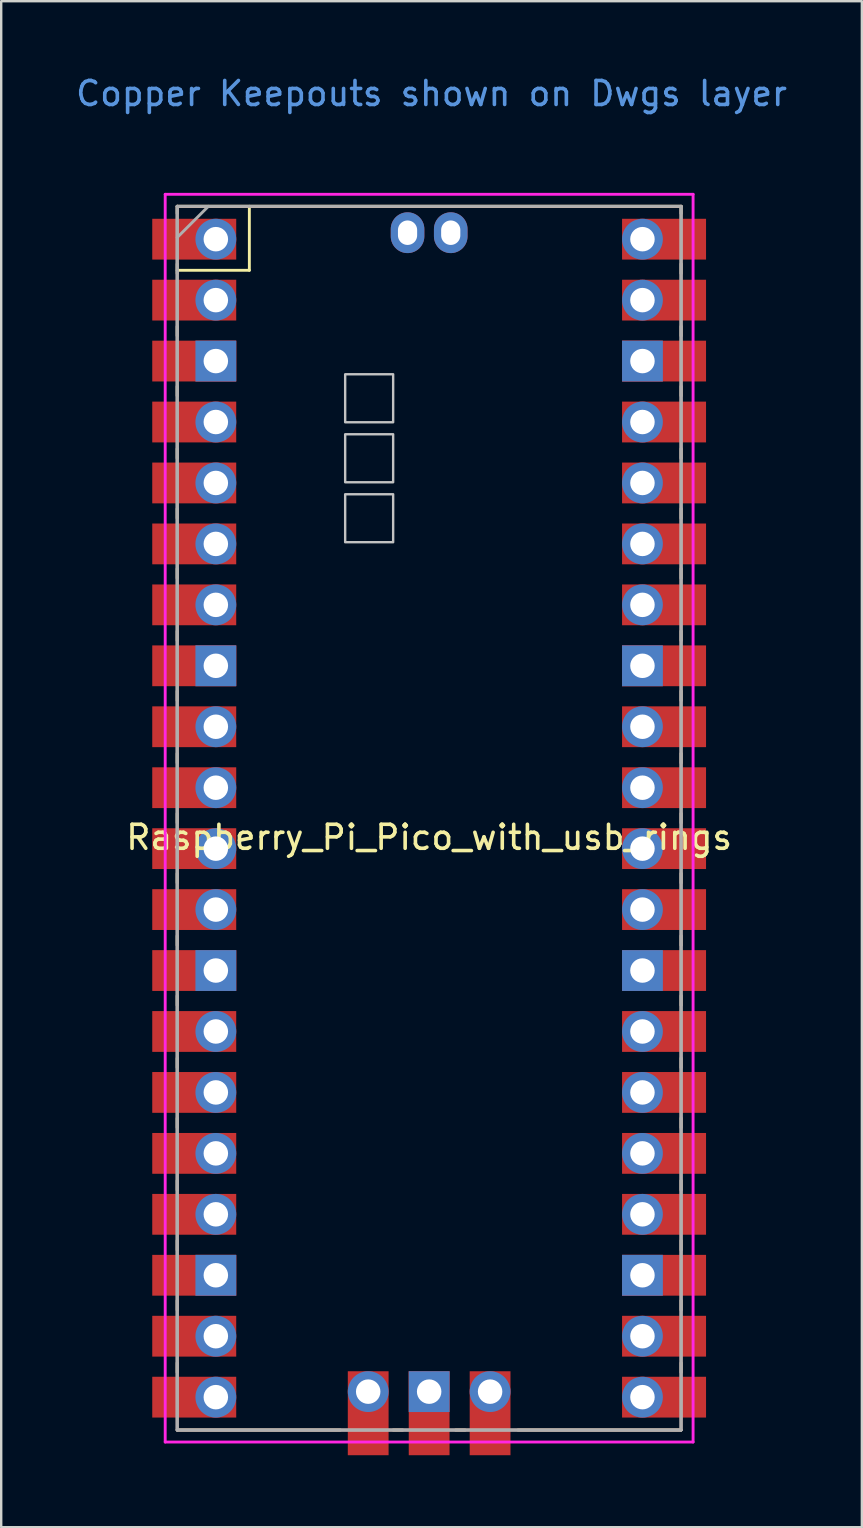
<source format=kicad_pcb>
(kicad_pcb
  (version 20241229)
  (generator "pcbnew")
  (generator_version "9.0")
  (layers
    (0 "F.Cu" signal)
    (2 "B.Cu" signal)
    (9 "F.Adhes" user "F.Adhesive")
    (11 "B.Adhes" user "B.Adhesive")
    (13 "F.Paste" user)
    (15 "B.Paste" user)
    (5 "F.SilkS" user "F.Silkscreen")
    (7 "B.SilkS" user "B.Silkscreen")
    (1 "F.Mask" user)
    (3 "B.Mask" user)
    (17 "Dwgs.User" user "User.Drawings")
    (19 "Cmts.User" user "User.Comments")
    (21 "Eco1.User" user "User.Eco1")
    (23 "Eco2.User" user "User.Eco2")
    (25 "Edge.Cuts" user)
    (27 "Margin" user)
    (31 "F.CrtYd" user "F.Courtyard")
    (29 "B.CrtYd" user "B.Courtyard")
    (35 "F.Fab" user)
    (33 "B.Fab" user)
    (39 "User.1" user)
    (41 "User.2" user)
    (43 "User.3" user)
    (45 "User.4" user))
  (footprint "Raspberry_Pi_Pico_with_usb_rings"
    (layer "F.Cu")
    (at 14.835 31.848)
    (property "Reference" "Raspberry_Pi_Pico_with_usb_rings" (at 0 0 0) (layer "F.SilkS") (effects (font (size 1 1) (thickness 0.15))))
    (attr through_hole)
    (fp_line (start -10.5 -26.3) (end -10.5 -26) (stroke (width 0.12) (type solid)) (layer "F.SilkS"))
    (fp_line (start -10.5 -26.3) (end 10.5 -26.3) (stroke (width 0.12) (type solid)) (layer "F.SilkS"))
    (fp_line (start -10.5 -23.9) (end -10.5 -23.5) (stroke (width 0.12) (type solid)) (layer "F.SilkS"))
    (fp_line (start -10.5 -23.633) (end -7.493 -23.633) (stroke (width 0.12) (type solid)) (layer "F.SilkS"))
    (fp_line (start -10.5 -21.3) (end -10.5 -20.9) (stroke (width 0.12) (type solid)) (layer "F.SilkS"))
    (fp_line (start -10.5 -18.8) (end -10.5 -18.4) (stroke (width 0.12) (type solid)) (layer "F.SilkS"))
    (fp_line (start -10.5 -16.2) (end -10.5 -15.8) (stroke (width 0.12) (type solid)) (layer "F.SilkS"))
    (fp_line (start -10.5 -13.7) (end -10.5 -13.3) (stroke (width 0.12) (type solid)) (layer "F.SilkS"))
    (fp_line (start -10.5 -11.2) (end -10.5 -10.8) (stroke (width 0.12) (type solid)) (layer "F.SilkS"))
    (fp_line (start -10.5 -8.6) (end -10.5 -8.2) (stroke (width 0.12) (type solid)) (layer "F.SilkS"))
    (fp_line (start -10.5 -6.1) (end -10.5 -5.7) (stroke (width 0.12) (type solid)) (layer "F.SilkS"))
    (fp_line (start -10.5 -3.5) (end -10.5 -3.1) (stroke (width 0.12) (type solid)) (layer "F.SilkS"))
    (fp_line (start -10.5 -1) (end -10.5 -0.6) (stroke (width 0.12) (type solid)) (layer "F.SilkS"))
    (fp_line (start -10.5 1.5) (end -10.5 1.9) (stroke (width 0.12) (type solid)) (layer "F.SilkS"))
    (fp_line (start -10.5 4.1) (end -10.5 4.5) (stroke (width 0.12) (type solid)) (layer "F.SilkS"))
    (fp_line (start -10.5 6.6) (end -10.5 7) (stroke (width 0.12) (type solid)) (layer "F.SilkS"))
    (fp_line (start -10.5 9.2) (end -10.5 9.6) (stroke (width 0.12) (type solid)) (layer "F.SilkS"))
    (fp_line (start -10.5 11.7) (end -10.5 12.1) (stroke (width 0.12) (type solid)) (layer "F.SilkS"))
    (fp_line (start -10.5 14.3) (end -10.5 14.7) (stroke (width 0.12) (type solid)) (layer "F.SilkS"))
    (fp_line (start -10.5 16.8) (end -10.5 17.2) (stroke (width 0.12) (type solid)) (layer "F.SilkS"))
    (fp_line (start -10.5 19.3) (end -10.5 19.7) (stroke (width 0.12) (type solid)) (layer "F.SilkS"))
    (fp_line (start -10.5 21.9) (end -10.5 22.3) (stroke (width 0.12) (type solid)) (layer "F.SilkS"))
    (fp_line (start -7.493 -23.633) (end -7.493 -26.3) (stroke (width 0.12) (type solid)) (layer "F.SilkS"))
    (fp_line (start -3.7 24.7) (end -10.5 24.7) (stroke (width 0.12) (type solid)) (layer "F.SilkS"))
    (fp_line (start -1.5 24.7) (end -1.1 24.7) (stroke (width 0.12) (type solid)) (layer "F.SilkS"))
    (fp_line (start 1.1 24.7) (end 1.5 24.7) (stroke (width 0.12) (type solid)) (layer "F.SilkS"))
    (fp_line (start 10.5 -26.3) (end 10.5 -26) (stroke (width 0.12) (type solid)) (layer "F.SilkS"))
    (fp_line (start 10.5 -23.9) (end 10.5 -23.5) (stroke (width 0.12) (type solid)) (layer "F.SilkS"))
    (fp_line (start 10.5 -21.3) (end 10.5 -20.9) (stroke (width 0.12) (type solid)) (layer "F.SilkS"))
    (fp_line (start 10.5 -18.8) (end 10.5 -18.4) (stroke (width 0.12) (type solid)) (layer "F.SilkS"))
    (fp_line (start 10.5 -16.2) (end 10.5 -15.8) (stroke (width 0.12) (type solid)) (layer "F.SilkS"))
    (fp_line (start 10.5 -13.7) (end 10.5 -13.3) (stroke (width 0.12) (type solid)) (layer "F.SilkS"))
    (fp_line (start 10.5 -11.2) (end 10.5 -10.8) (stroke (width 0.12) (type solid)) (layer "F.SilkS"))
    (fp_line (start 10.5 -8.6) (end 10.5 -8.2) (stroke (width 0.12) (type solid)) (layer "F.SilkS"))
    (fp_line (start 10.5 -6.1) (end 10.5 -5.7) (stroke (width 0.12) (type solid)) (layer "F.SilkS"))
    (fp_line (start 10.5 -3.5) (end 10.5 -3.1) (stroke (width 0.12) (type solid)) (layer "F.SilkS"))
    (fp_line (start 10.5 -1) (end 10.5 -0.6) (stroke (width 0.12) (type solid)) (layer "F.SilkS"))
    (fp_line (start 10.5 1.5) (end 10.5 1.9) (stroke (width 0.12) (type solid)) (layer "F.SilkS"))
    (fp_line (start 10.5 4.1) (end 10.5 4.5) (stroke (width 0.12) (type solid)) (layer "F.SilkS"))
    (fp_line (start 10.5 6.6) (end 10.5 7) (stroke (width 0.12) (type solid)) (layer "F.SilkS"))
    (fp_line (start 10.5 9.2) (end 10.5 9.6) (stroke (width 0.12) (type solid)) (layer "F.SilkS"))
    (fp_line (start 10.5 11.7) (end 10.5 12.1) (stroke (width 0.12) (type solid)) (layer "F.SilkS"))
    (fp_line (start 10.5 14.3) (end 10.5 14.7) (stroke (width 0.12) (type solid)) (layer "F.SilkS"))
    (fp_line (start 10.5 16.8) (end 10.5 17.2) (stroke (width 0.12) (type solid)) (layer "F.SilkS"))
    (fp_line (start 10.5 19.3) (end 10.5 19.7) (stroke (width 0.12) (type solid)) (layer "F.SilkS"))
    (fp_line (start 10.5 21.9) (end 10.5 22.3) (stroke (width 0.12) (type solid)) (layer "F.SilkS"))
    (fp_line (start 10.5 24.7) (end 3.7 24.7) (stroke (width 0.12) (type solid)) (layer "F.SilkS"))
    (fp_line (start -10.5 -26.3) (end 10.5 -26.3) (stroke (width 0.12) (type solid)) (layer "B.SilkS"))
    (fp_line (start -10.5 24.7) (end -10.5 -26.3) (stroke (width 0.12) (type solid)) (layer "B.SilkS"))
    (fp_line (start 10.5 -26.3) (end 10.5 24.7) (stroke (width 0.12) (type solid)) (layer "B.SilkS"))
    (fp_line (start 10.5 24.7) (end -10.5 24.7) (stroke (width 0.12) (type solid)) (layer "B.SilkS"))
    (fp_poly (pts (xy -1.5 -17.3) (xy -3.5 -17.3) (xy -3.5 -19.3) (xy -1.5 -19.3)) (stroke (width 0.1) (type solid)) (fill no) (layer "Dwgs.User"))
    (fp_poly (pts (xy -1.5 -14.8) (xy -3.5 -14.8) (xy -3.5 -16.8) (xy -1.5 -16.8)) (stroke (width 0.1) (type solid)) (fill no) (layer "Dwgs.User"))
    (fp_poly (pts (xy -1.5 -12.3) (xy -3.5 -12.3) (xy -3.5 -14.3) (xy -1.5 -14.3)) (stroke (width 0.1) (type solid)) (fill no) (layer "Dwgs.User"))
    (fp_line (start -11 -26.8) (end 11 -26.8) (stroke (width 0.12) (type solid)) (layer "F.CrtYd"))
    (fp_line (start -11 25.2) (end -11 -26.8) (stroke (width 0.12) (type solid)) (layer "F.CrtYd"))
    (fp_line (start 11 -26.8) (end 11 25.2) (stroke (width 0.12) (type solid)) (layer "F.CrtYd"))
    (fp_line (start 11 25.2) (end -11 25.2) (stroke (width 0.12) (type solid)) (layer "F.CrtYd"))
    (fp_line (start -10.5 -26.3) (end 10.5 -26.3) (stroke (width 0.12) (type solid)) (layer "F.Fab"))
    (fp_line (start -10.5 -25) (end -9.2 -26.3) (stroke (width 0.12) (type solid)) (layer "F.Fab"))
    (fp_line (start -10.5 24.7) (end -10.5 -26.3) (stroke (width 0.12) (type solid)) (layer "F.Fab"))
    (fp_line (start -10.5 24.7) (end -10.5 -26.3) (stroke (width 0.12) (type solid)) (layer "F.Fab"))
    (fp_line (start 10.5 -26.3) (end 10.5 24.7) (stroke (width 0.12) (type solid)) (layer "F.Fab"))
    (fp_line (start 10.5 -26.3) (end 10.5 24.7) (stroke (width 0.12) (type solid)) (layer "F.Fab"))
    (fp_line (start 10.5 24.7) (end -10.5 24.7) (stroke (width 0.12) (type solid)) (layer "F.Fab"))
    (fp_line (start 10.5 24.7) (end -10.5 24.7) (stroke (width 0.12) (type solid)) (layer "F.Fab"))
    (fp_text user "Copper Keepouts shown on Dwgs layer" (at 0.1 -31 0) (layer "Cmts.User") (effects (font (size 1 1) (thickness 0.15))))
    (pad "1" thru_hole oval (at -8.89 -24.93) (size 1.7 1.7) (drill 1.02) (layers "*.Cu" "*.Mask"))
    (pad "1" smd rect (at -8.89 -24.93) (size 3.5 1.7) (drill (offset -0.9 0)) (layers "F.Cu" "F.Mask"))
    (pad "2" thru_hole oval (at -8.89 -22.39) (size 1.7 1.7) (drill 1.02) (layers "*.Cu" "*.Mask"))
    (pad "2" smd rect (at -8.89 -22.39) (size 3.5 1.7) (drill (offset -0.9 0)) (layers "F.Cu" "F.Mask"))
    (pad "3" thru_hole rect (at -8.89 -19.85) (size 1.7 1.7) (drill 1.02) (layers "*.Cu" "*.Mask"))
    (pad "3" smd rect (at -8.89 -19.85) (size 3.5 1.7) (drill (offset -0.9 0)) (layers "F.Cu" "F.Mask"))
    (pad "4" thru_hole oval (at -8.89 -17.31) (size 1.7 1.7) (drill 1.02) (layers "*.Cu" "*.Mask"))
    (pad "4" smd rect (at -8.89 -17.31) (size 3.5 1.7) (drill (offset -0.9 0)) (layers "F.Cu" "F.Mask"))
    (pad "5" thru_hole oval (at -8.89 -14.77) (size 1.7 1.7) (drill 1.02) (layers "*.Cu" "*.Mask"))
    (pad "5" smd rect (at -8.89 -14.77) (size 3.5 1.7) (drill (offset -0.9 0)) (layers "F.Cu" "F.Mask"))
    (pad "6" thru_hole oval (at -8.89 -12.23) (size 1.7 1.7) (drill 1.02) (layers "*.Cu" "*.Mask"))
    (pad "6" smd rect (at -8.89 -12.23) (size 3.5 1.7) (drill (offset -0.9 0)) (layers "F.Cu" "F.Mask"))
    (pad "7" thru_hole oval (at -8.89 -9.69) (size 1.7 1.7) (drill 1.02) (layers "*.Cu" "*.Mask"))
    (pad "7" smd rect (at -8.89 -9.69) (size 3.5 1.7) (drill (offset -0.9 0)) (layers "F.Cu" "F.Mask"))
    (pad "8" thru_hole rect (at -8.89 -7.15) (size 1.7 1.7) (drill 1.02) (layers "*.Cu" "*.Mask"))
    (pad "8" smd rect (at -8.89 -7.15) (size 3.5 1.7) (drill (offset -0.9 0)) (layers "F.Cu" "F.Mask"))
    (pad "9" thru_hole oval (at -8.89 -4.61) (size 1.7 1.7) (drill 1.02) (layers "*.Cu" "*.Mask"))
    (pad "9" smd rect (at -8.89 -4.61) (size 3.5 1.7) (drill (offset -0.9 0)) (layers "F.Cu" "F.Mask"))
    (pad "10" thru_hole oval (at -8.89 -2.07) (size 1.7 1.7) (drill 1.02) (layers "*.Cu" "*.Mask"))
    (pad "10" smd rect (at -8.89 -2.07) (size 3.5 1.7) (drill (offset -0.9 0)) (layers "F.Cu" "F.Mask"))
    (pad "11" thru_hole oval (at -8.89 0.47) (size 1.7 1.7) (drill 1.02) (layers "*.Cu" "*.Mask"))
    (pad "11" smd rect (at -8.89 0.47) (size 3.5 1.7) (drill (offset -0.9 0)) (layers "F.Cu" "F.Mask"))
    (pad "12" thru_hole oval (at -8.89 3.01) (size 1.7 1.7) (drill 1.02) (layers "*.Cu" "*.Mask"))
    (pad "12" smd rect (at -8.89 3.01) (size 3.5 1.7) (drill (offset -0.9 0)) (layers "F.Cu" "F.Mask"))
    (pad "13" thru_hole rect (at -8.89 5.55) (size 1.7 1.7) (drill 1.02) (layers "*.Cu" "*.Mask"))
    (pad "13" smd rect (at -8.89 5.55) (size 3.5 1.7) (drill (offset -0.9 0)) (layers "F.Cu" "F.Mask"))
    (pad "14" thru_hole oval (at -8.89 8.09) (size 1.7 1.7) (drill 1.02) (layers "*.Cu" "*.Mask"))
    (pad "14" smd rect (at -8.89 8.09) (size 3.5 1.7) (drill (offset -0.9 0)) (layers "F.Cu" "F.Mask"))
    (pad "15" thru_hole oval (at -8.89 10.63) (size 1.7 1.7) (drill 1.02) (layers "*.Cu" "*.Mask"))
    (pad "15" smd rect (at -8.89 10.63) (size 3.5 1.7) (drill (offset -0.9 0)) (layers "F.Cu" "F.Mask"))
    (pad "16" thru_hole oval (at -8.89 13.17) (size 1.7 1.7) (drill 1.02) (layers "*.Cu" "*.Mask"))
    (pad "16" smd rect (at -8.89 13.17) (size 3.5 1.7) (drill (offset -0.9 0)) (layers "F.Cu" "F.Mask"))
    (pad "17" thru_hole oval (at -8.89 15.71) (size 1.7 1.7) (drill 1.02) (layers "*.Cu" "*.Mask"))
    (pad "17" smd rect (at -8.89 15.71) (size 3.5 1.7) (drill (offset -0.9 0)) (layers "F.Cu" "F.Mask"))
    (pad "18" thru_hole rect (at -8.89 18.25) (size 1.7 1.7) (drill 1.02) (layers "*.Cu" "*.Mask"))
    (pad "18" smd rect (at -8.89 18.25) (size 3.5 1.7) (drill (offset -0.9 0)) (layers "F.Cu" "F.Mask"))
    (pad "19" thru_hole oval (at -8.89 20.79) (size 1.7 1.7) (drill 1.02) (layers "*.Cu" "*.Mask"))
    (pad "19" smd rect (at -8.89 20.79) (size 3.5 1.7) (drill (offset -0.9 0)) (layers "F.Cu" "F.Mask"))
    (pad "20" thru_hole oval (at -8.89 23.33) (size 1.7 1.7) (drill 1.02) (layers "*.Cu" "*.Mask"))
    (pad "20" smd rect (at -8.89 23.33) (size 3.5 1.7) (drill (offset -0.9 0)) (layers "F.Cu" "F.Mask"))
    (pad "21" thru_hole oval (at 8.89 23.33) (size 1.7 1.7) (drill 1.02) (layers "*.Cu" "*.Mask"))
    (pad "21" smd rect (at 8.89 23.33) (size 3.5 1.7) (drill (offset 0.9 0)) (layers "F.Cu" "F.Mask"))
    (pad "22" thru_hole oval (at 8.89 20.79) (size 1.7 1.7) (drill 1.02) (layers "*.Cu" "*.Mask"))
    (pad "22" smd rect (at 8.89 20.79) (size 3.5 1.7) (drill (offset 0.9 0)) (layers "F.Cu" "F.Mask"))
    (pad "23" thru_hole rect (at 8.89 18.25) (size 1.7 1.7) (drill 1.02) (layers "*.Cu" "*.Mask"))
    (pad "23" smd rect (at 8.89 18.25) (size 3.5 1.7) (drill (offset 0.9 0)) (layers "F.Cu" "F.Mask"))
    (pad "24" thru_hole oval (at 8.89 15.71) (size 1.7 1.7) (drill 1.02) (layers "*.Cu" "*.Mask"))
    (pad "24" smd rect (at 8.89 15.71) (size 3.5 1.7) (drill (offset 0.9 0)) (layers "F.Cu" "F.Mask"))
    (pad "25" thru_hole oval (at 8.89 13.17) (size 1.7 1.7) (drill 1.02) (layers "*.Cu" "*.Mask"))
    (pad "25" smd rect (at 8.89 13.17) (size 3.5 1.7) (drill (offset 0.9 0)) (layers "F.Cu" "F.Mask"))
    (pad "26" thru_hole oval (at 8.89 10.63) (size 1.7 1.7) (drill 1.02) (layers "*.Cu" "*.Mask"))
    (pad "26" smd rect (at 8.89 10.63) (size 3.5 1.7) (drill (offset 0.9 0)) (layers "F.Cu" "F.Mask"))
    (pad "27" thru_hole oval (at 8.89 8.09) (size 1.7 1.7) (drill 1.02) (layers "*.Cu" "*.Mask"))
    (pad "27" smd rect (at 8.89 8.09) (size 3.5 1.7) (drill (offset 0.9 0)) (layers "F.Cu" "F.Mask"))
    (pad "28" thru_hole rect (at 8.89 5.55) (size 1.7 1.7) (drill 1.02) (layers "*.Cu" "*.Mask"))
    (pad "28" smd rect (at 8.89 5.55) (size 3.5 1.7) (drill (offset 0.9 0)) (layers "F.Cu" "F.Mask"))
    (pad "29" thru_hole oval (at 8.89 3.01) (size 1.7 1.7) (drill 1.02) (layers "*.Cu" "*.Mask"))
    (pad "29" smd rect (at 8.89 3.01) (size 3.5 1.7) (drill (offset 0.9 0)) (layers "F.Cu" "F.Mask"))
    (pad "30" thru_hole oval (at 8.89 0.47) (size 1.7 1.7) (drill 1.02) (layers "*.Cu" "*.Mask"))
    (pad "30" smd rect (at 8.89 0.47) (size 3.5 1.7) (drill (offset 0.9 0)) (layers "F.Cu" "F.Mask"))
    (pad "31" thru_hole oval (at 8.89 -2.07) (size 1.7 1.7) (drill 1.02) (layers "*.Cu" "*.Mask"))
    (pad "31" smd rect (at 8.89 -2.07) (size 3.5 1.7) (drill (offset 0.9 0)) (layers "F.Cu" "F.Mask"))
    (pad "32" thru_hole oval (at 8.89 -4.61) (size 1.7 1.7) (drill 1.02) (layers "*.Cu" "*.Mask"))
    (pad "32" smd rect (at 8.89 -4.61) (size 3.5 1.7) (drill (offset 0.9 0)) (layers "F.Cu" "F.Mask"))
    (pad "33" thru_hole rect (at 8.89 -7.15) (size 1.7 1.7) (drill 1.02) (layers "*.Cu" "*.Mask"))
    (pad "33" smd rect (at 8.89 -7.15) (size 3.5 1.7) (drill (offset 0.9 0)) (layers "F.Cu" "F.Mask"))
    (pad "34" thru_hole oval (at 8.89 -9.69) (size 1.7 1.7) (drill 1.02) (layers "*.Cu" "*.Mask"))
    (pad "34" smd rect (at 8.89 -9.69) (size 3.5 1.7) (drill (offset 0.9 0)) (layers "F.Cu" "F.Mask"))
    (pad "35" thru_hole oval (at 8.89 -12.23) (size 1.7 1.7) (drill 1.02) (layers "*.Cu" "*.Mask"))
    (pad "35" smd rect (at 8.89 -12.23) (size 3.5 1.7) (drill (offset 0.9 0)) (layers "F.Cu" "F.Mask"))
    (pad "36" thru_hole oval (at 8.89 -14.77) (size 1.7 1.7) (drill 1.02) (layers "*.Cu" "*.Mask"))
    (pad "36" smd rect (at 8.89 -14.77) (size 3.5 1.7) (drill (offset 0.9 0)) (layers "F.Cu" "F.Mask"))
    (pad "37" thru_hole oval (at 8.89 -17.31) (size 1.7 1.7) (drill 1.02) (layers "*.Cu" "*.Mask"))
    (pad "37" smd rect (at 8.89 -17.31) (size 3.5 1.7) (drill (offset 0.9 0)) (layers "F.Cu" "F.Mask"))
    (pad "38" thru_hole rect (at 8.89 -19.85) (size 1.7 1.7) (drill 1.02) (layers "*.Cu" "*.Mask"))
    (pad "38" smd rect (at 8.89 -19.85) (size 3.5 1.7) (drill (offset 0.9 0)) (layers "F.Cu" "F.Mask"))
    (pad "39" thru_hole oval (at 8.89 -22.39) (size 1.7 1.7) (drill 1.02) (layers "*.Cu" "*.Mask"))
    (pad "39" smd rect (at 8.89 -22.39) (size 3.5 1.7) (drill (offset 0.9 0)) (layers "F.Cu" "F.Mask"))
    (pad "40" thru_hole oval (at 8.89 -24.93) (size 1.7 1.7) (drill 1.02) (layers "*.Cu" "*.Mask"))
    (pad "40" smd rect (at 8.89 -24.93) (size 3.5 1.7) (drill (offset 0.9 0)) (layers "F.Cu" "F.Mask"))
    (pad "41" thru_hole oval (at -2.54 23.1) (size 1.7 1.7) (drill 1.02) (layers "*.Cu" "*.Mask"))
    (pad "41" smd rect (at -2.54 23.1 90) (size 3.5 1.7) (drill (offset -0.9 0)) (layers "F.Cu" "F.Mask"))
    (pad "42" thru_hole rect (at 0 23.1) (size 1.7 1.7) (drill 1.02) (layers "*.Cu" "*.Mask"))
    (pad "42" smd rect (at 0 23.1 90) (size 3.5 1.7) (drill (offset -0.9 0)) (layers "F.Cu" "F.Mask"))
    (pad "43" thru_hole oval (at 2.54 23.1) (size 1.7 1.7) (drill 1.02) (layers "*.Cu" "*.Mask"))
    (pad "43" smd rect (at 2.54 23.1 90) (size 3.5 1.7) (drill (offset -0.9 0)) (layers "F.Cu" "F.Mask"))
    (pad "44" thru_hole oval (at -0.9 -25.2) (size 1.4 1.7) (drill oval 0.8 1.02) (layers "*.Cu" "*.Mask"))
    (pad "45" thru_hole oval (at 0.9 -25.2) (size 1.4 1.7) (drill oval 0.8 1.02) (layers "*.Cu" "*.Mask")))
  (gr_rect
    (start -3 -3)
    (end 32.869 60.598)
    (stroke (width 0.1) (type default))
    (fill no)
    (layer "Edge.Cuts")))
</source>
